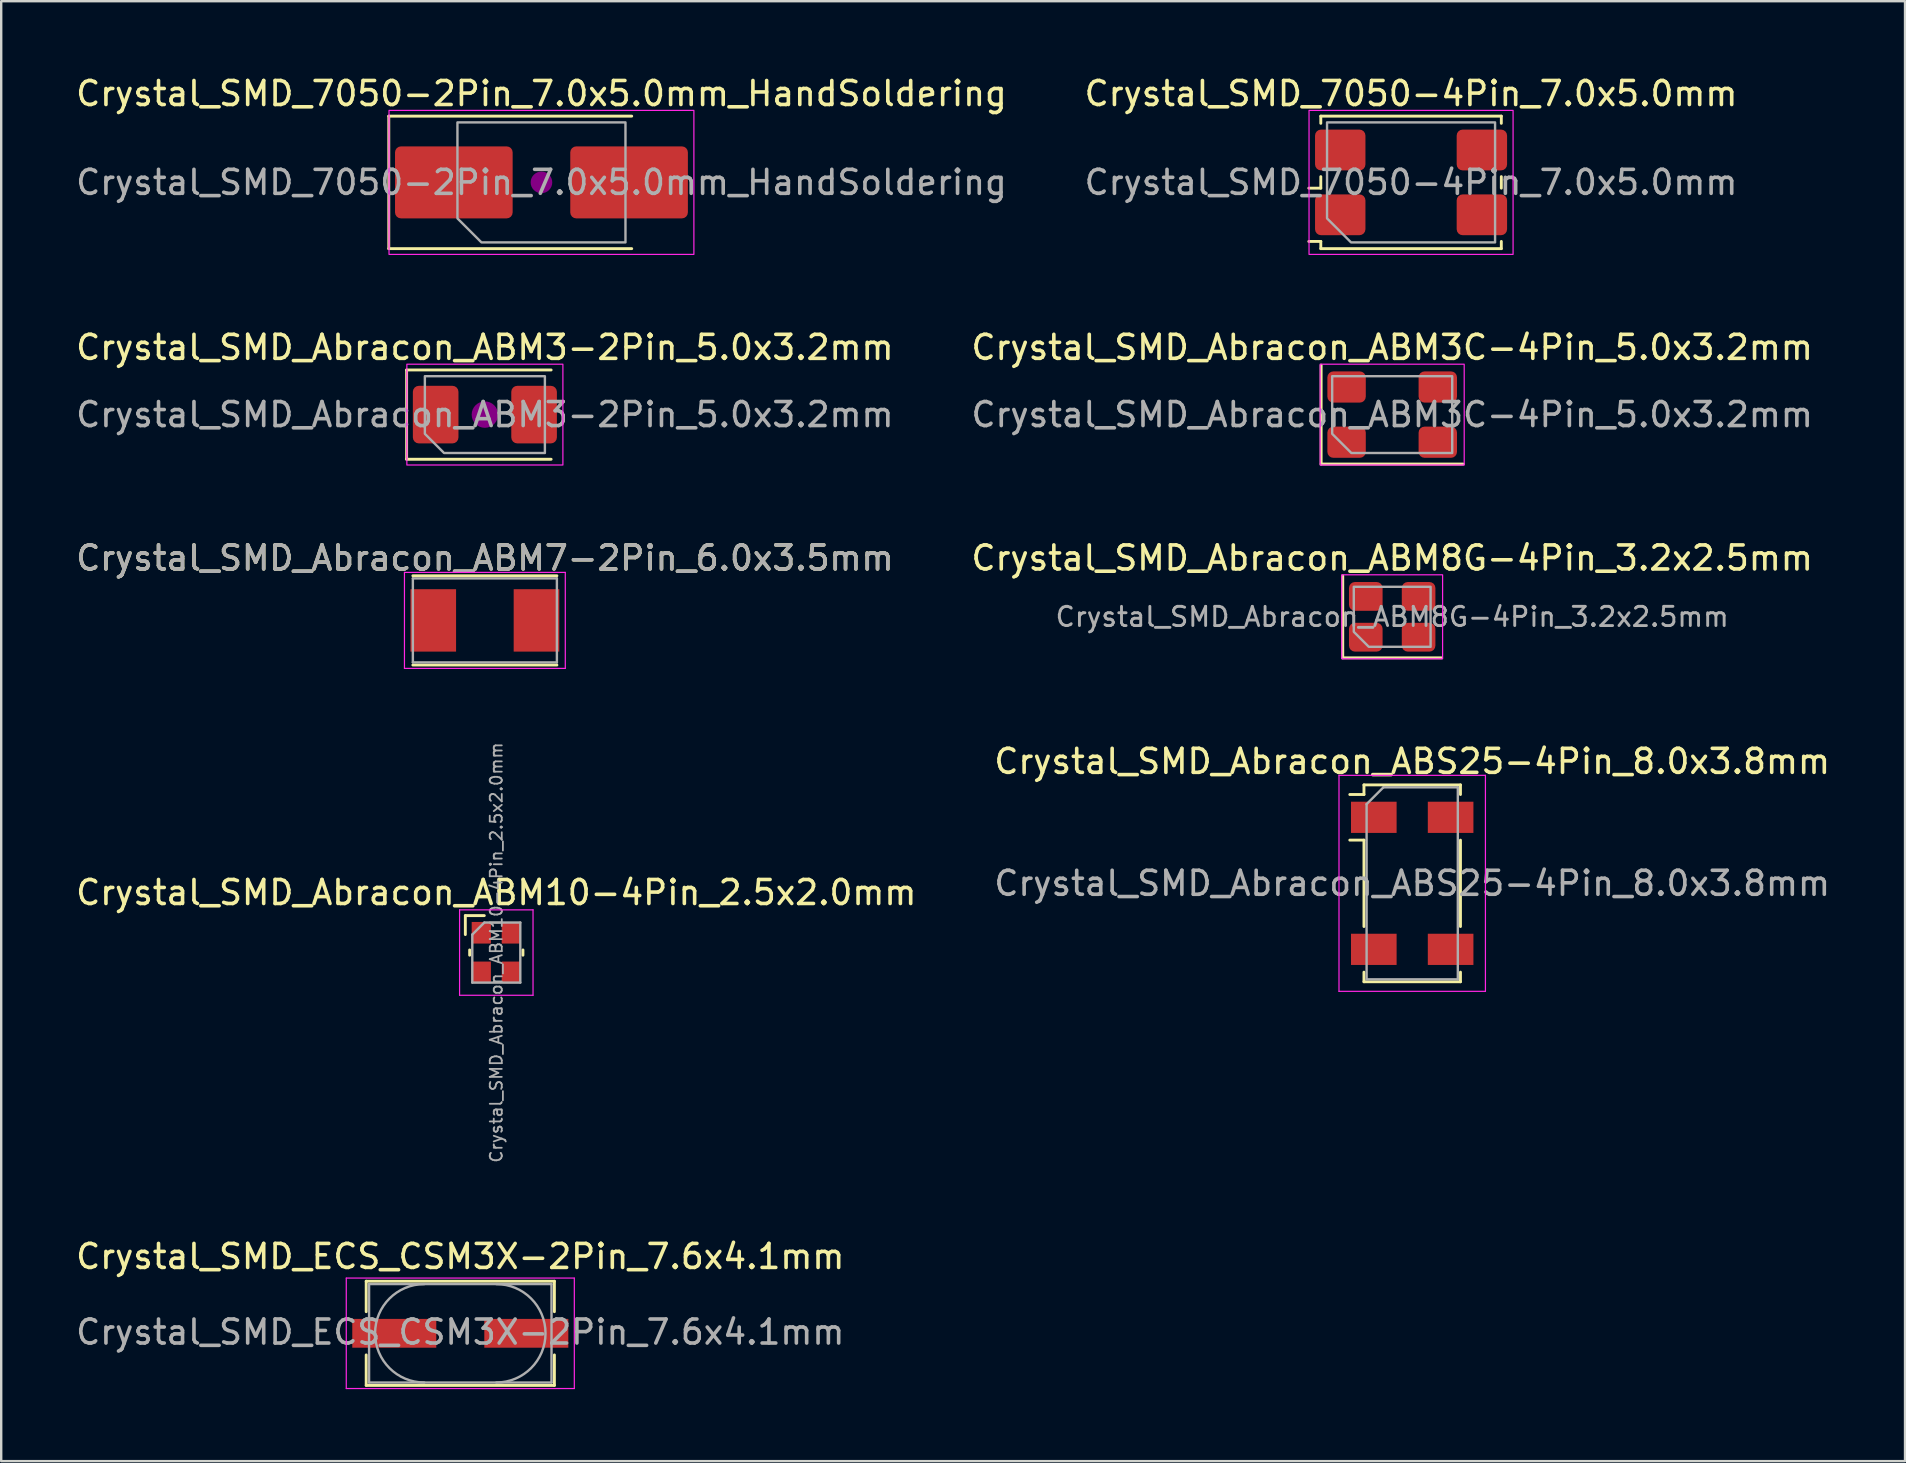
<source format=kicad_pcb>
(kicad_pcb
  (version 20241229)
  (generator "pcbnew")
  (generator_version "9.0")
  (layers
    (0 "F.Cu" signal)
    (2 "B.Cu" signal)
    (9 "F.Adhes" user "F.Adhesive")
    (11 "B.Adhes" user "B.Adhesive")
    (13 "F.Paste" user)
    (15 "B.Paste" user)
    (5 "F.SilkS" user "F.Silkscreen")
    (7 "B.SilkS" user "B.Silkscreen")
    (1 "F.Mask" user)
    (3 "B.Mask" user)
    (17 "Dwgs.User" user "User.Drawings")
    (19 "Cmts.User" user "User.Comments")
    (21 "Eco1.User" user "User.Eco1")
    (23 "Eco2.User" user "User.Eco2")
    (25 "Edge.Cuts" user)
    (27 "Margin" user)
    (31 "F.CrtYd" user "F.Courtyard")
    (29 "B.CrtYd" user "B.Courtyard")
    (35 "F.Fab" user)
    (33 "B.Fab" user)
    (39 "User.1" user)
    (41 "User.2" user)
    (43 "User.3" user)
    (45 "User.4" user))
  (footprint "Crystal_SMD_Abracon_ABM3C-4Pin_5.0x3.2mm"
    (layer "F.Cu")
    (at 54.946 14.222)
    (property "Reference" "Crystal_SMD_Abracon_ABM3C-4Pin_5.0x3.2mm" (at 0 -2.8 0) (layer "F.SilkS") (effects (font (size 1 1) (thickness 0.15))))
    (attr smd)
    (fp_line (start -2.96 -2.06) (end -2.96 2.06) (stroke (width 0.12) (type solid)) (layer "F.SilkS"))
    (fp_line (start -2.96 2.06) (end 2.96 2.06) (stroke (width 0.12) (type solid)) (layer "F.SilkS"))
    (fp_rect (start -3 -2.1) (end 3 2.1) (stroke (width 0.05) (type solid)) (fill no) (layer "F.CrtYd"))
    (fp_poly (pts (xy -2.5 -1.6) (xy -2.5 0.8) (xy -1.7 1.6) (xy 2.5 1.6) (xy 2.5 -1.6)) (stroke (width 0.1) (type solid)) (fill no) (layer "F.Fab"))
    (fp_text user "${REFERENCE}" (at 0 0 0) (layer "F.Fab") (effects (font (size 1 1) (thickness 0.15))))
    (pad "1" smd roundrect (at -1.9 1.15) (size 1.6 1.3) (layers "F.Cu" "F.Mask" "F.Paste") (roundrect_rratio 0.192))
    (pad "2" smd roundrect (at 1.9 1.15) (size 1.6 1.3) (layers "F.Cu" "F.Mask" "F.Paste") (roundrect_rratio 0.192))
    (pad "3" smd roundrect (at 1.9 -1.15) (size 1.6 1.3) (layers "F.Cu" "F.Mask" "F.Paste") (roundrect_rratio 0.192))
    (pad "4" smd roundrect (at -1.9 -1.15) (size 1.6 1.3) (layers "F.Cu" "F.Mask" "F.Paste") (roundrect_rratio 0.192)))
  (footprint "Crystal_SMD_Abracon_ABM8G-4Pin_3.2x2.5mm"
    (layer "F.Cu")
    (at 54.946 22.645)
    (property "Reference" "Crystal_SMD_Abracon_ABM8G-4Pin_3.2x2.5mm" (at 0 -2.45 0) (layer "F.SilkS") (effects (font (size 1 1) (thickness 0.15))))
    (attr smd)
    (fp_line (start -2.06 -1.71) (end -2.06 1.71) (stroke (width 0.12) (type solid)) (layer "F.SilkS"))
    (fp_line (start -2.06 1.71) (end 2.06 1.71) (stroke (width 0.12) (type solid)) (layer "F.SilkS"))
    (fp_rect (start -2.1 -1.75) (end 2.1 1.75) (stroke (width 0.05) (type solid)) (fill no) (layer "F.CrtYd"))
    (fp_poly (pts (xy -1.6 -1.25) (xy -1.6 0.625) (xy -0.975 1.25) (xy 1.6 1.25) (xy 1.6 -1.25)) (stroke (width 0.1) (type solid)) (fill no) (layer "F.Fab"))
    (fp_text user "${REFERENCE}" (at 0 0 0) (layer "F.Fab") (effects (font (size 0.8 0.8) (thickness 0.12))))
    (pad "1" smd roundrect (at -1.1 0.85) (size 1.4 1.2) (layers "F.Cu" "F.Mask" "F.Paste") (roundrect_rratio 0.208))
    (pad "2" smd roundrect (at 1.1 0.85) (size 1.4 1.2) (layers "F.Cu" "F.Mask" "F.Paste") (roundrect_rratio 0.208))
    (pad "3" smd roundrect (at 1.1 -0.85) (size 1.4 1.2) (layers "F.Cu" "F.Mask" "F.Paste") (roundrect_rratio 0.208))
    (pad "4" smd roundrect (at -1.1 -0.85) (size 1.4 1.2) (layers "F.Cu" "F.Mask" "F.Paste") (roundrect_rratio 0.208)))
  (footprint "Crystal_SMD_Abracon_ABM7-2Pin_6.0x3.5mm"
    (layer "F.Cu")
    (at 17.149 22.795)
    (property "Reference" "Crystal_SMD_Abracon_ABM7-2Pin_6.0x3.5mm" (at 0 -2.6 0) (layer "F.SilkS") (effects (font (size 1 1) (thickness 0.15))))
    (attr smd)
    (fp_line (start -3 -1.86) (end 3 -1.86) (stroke (width 0.12) (type solid)) (layer "F.SilkS"))
    (fp_line (start -3 1.86) (end 3 1.86) (stroke (width 0.12) (type solid)) (layer "F.SilkS"))
    (fp_line (start -3.35 -2) (end -3.35 2) (stroke (width 0.05) (type solid)) (layer "F.CrtYd"))
    (fp_line (start -3.35 -2) (end 3.35 -2) (stroke (width 0.05) (type solid)) (layer "F.CrtYd"))
    (fp_line (start 3.35 2) (end -3.35 2) (stroke (width 0.05) (type solid)) (layer "F.CrtYd"))
    (fp_line (start 3.35 2) (end 3.35 -2) (stroke (width 0.05) (type solid)) (layer "F.CrtYd"))
    (fp_line (start -3 -1.75) (end -3 1.75) (stroke (width 0.1) (type solid)) (layer "F.Fab"))
    (fp_line (start -3 -1.75) (end 3 -1.75) (stroke (width 0.1) (type solid)) (layer "F.Fab"))
    (fp_line (start -3 1.75) (end 3 1.75) (stroke (width 0.1) (type solid)) (layer "F.Fab"))
    (fp_line (start 3 -1.75) (end 3 1.75) (stroke (width 0.1) (type solid)) (layer "F.Fab"))
    (fp_text user "${REFERENCE}" (at 0 -2.6 0) (layer "F.Fab") (effects (font (size 1 1) (thickness 0.15))))
    (pad "1" smd rect (at -2.15 0) (size 1.9 2.6) (layers "F.Cu" "F.Mask" "F.Paste"))
    (pad "2" smd rect (at 2.15 0) (size 1.9 2.6) (layers "F.Cu" "F.Mask" "F.Paste")))
  (footprint "Crystal_SMD_7050-2Pin_7.0x5.0mm_HandSoldering"
    (layer "F.Cu")
    (at 19.506 4.548)
    (property "Reference" "Crystal_SMD_7050-2Pin_7.0x5.0mm_HandSoldering" (at 0 -3.7 0) (layer "F.SilkS") (effects (font (size 1 1) (thickness 0.15))))
    (attr smd)
    (fp_line (start -6.36 -2.76) (end -6.36 2.76) (stroke (width 0.12) (type solid)) (layer "F.SilkS"))
    (fp_line (start -6.36 2.76) (end 3.76 2.76) (stroke (width 0.12) (type solid)) (layer "F.SilkS"))
    (fp_line (start 3.76 -2.76) (end -6.36 -2.76) (stroke (width 0.12) (type solid)) (layer "F.SilkS"))
    (fp_circle (center 0 0) (end 0.4 0) (stroke (width 0.1) (type solid)) (fill yes) (layer "F.Adhes"))
    (fp_rect (start -6.35 -3) (end 6.35 3) (stroke (width 0.05) (type solid)) (fill no) (layer "F.CrtYd"))
    (fp_poly (pts (xy -3.5 -2.5) (xy -3.5 1.5) (xy -2.5 2.5) (xy 3.5 2.5) (xy 3.5 -2.5)) (stroke (width 0.1) (type solid)) (fill no) (layer "F.Fab"))
    (fp_text user "${REFERENCE}" (at 0 0 0) (layer "F.Fab") (effects (font (size 1 1) (thickness 0.15))))
    (pad "1" smd roundrect (at -3.65 0) (size 4.9 3) (layers "F.Cu" "F.Mask" "F.Paste") (roundrect_rratio 0.083))
    (pad "2" smd roundrect (at 3.65 0) (size 4.9 3) (layers "F.Cu" "F.Mask" "F.Paste") (roundrect_rratio 0.083)))
  (footprint "Crystal_SMD_ECS_CSM3X-2Pin_7.6x4.1mm"
    (layer "F.Cu")
    (at 16.125 52.493)
    (property "Reference" "Crystal_SMD_ECS_CSM3X-2Pin_7.6x4.1mm" (at 0 -3.2 0) (layer "F.SilkS") (effects (font (size 1 1) (thickness 0.15))))
    (attr smd)
    (fp_line (start -3.92 -2.17) (end -3.92 -0.9) (stroke (width 0.12) (type solid)) (layer "F.SilkS"))
    (fp_line (start -3.92 -2.17) (end 3.92 -2.17) (stroke (width 0.12) (type solid)) (layer "F.SilkS"))
    (fp_line (start -3.92 2.17) (end -3.92 0.9) (stroke (width 0.12) (type solid)) (layer "F.SilkS"))
    (fp_line (start -3.92 2.17) (end 3.92 2.17) (stroke (width 0.12) (type solid)) (layer "F.SilkS"))
    (fp_line (start 3.92 -2.17) (end 3.92 -0.9) (stroke (width 0.12) (type solid)) (layer "F.SilkS"))
    (fp_line (start 3.92 2.17) (end 3.92 0.9) (stroke (width 0.12) (type solid)) (layer "F.SilkS"))
    (fp_line (start -4.75 -2.3) (end -4.75 2.3) (stroke (width 0.05) (type solid)) (layer "F.CrtYd"))
    (fp_line (start -4.75 -2.3) (end 4.75 -2.3) (stroke (width 0.05) (type solid)) (layer "F.CrtYd"))
    (fp_line (start -4.75 2.3) (end 4.75 2.3) (stroke (width 0.05) (type solid)) (layer "F.CrtYd"))
    (fp_line (start 4.75 -2.3) (end 4.75 2.3) (stroke (width 0.05) (type solid)) (layer "F.CrtYd"))
    (fp_line (start -3.8 -2.05) (end 3.8 -2.05) (stroke (width 0.1) (type solid)) (layer "F.Fab"))
    (fp_line (start -3.8 2.05) (end -3.8 -2.05) (stroke (width 0.1) (type solid)) (layer "F.Fab"))
    (fp_line (start 3.8 -2.05) (end 3.8 2.05) (stroke (width 0.1) (type solid)) (layer "F.Fab"))
    (fp_line (start 3.8 2.05) (end -3.8 2.05) (stroke (width 0.1) (type solid)) (layer "F.Fab"))
    (fp_arc (start -1.5 2.05) (mid -3.55 0) (end -1.5 -2.05) (stroke (width 0.1) (type solid)) (layer "F.Fab"))
    (fp_arc (start 1.5 -2.05) (mid 3.55 0) (end 1.5 2.05) (stroke (width 0.1) (type solid)) (layer "F.Fab"))
    (fp_text user "${REFERENCE}" (at 0 -0.05 0) (layer "F.Fab") (effects (font (size 1 1) (thickness 0.15))))
    (pad "1" smd rect (at -2.75 0) (size 3.5 1.2) (layers "F.Cu" "F.Mask" "F.Paste"))
    (pad "2" smd rect (at 2.75 0) (size 3.5 1.2) (layers "F.Cu" "F.Mask" "F.Paste")))
  (footprint "Crystal_SMD_7050-4Pin_7.0x5.0mm"
    (layer "F.Cu")
    (at 55.732 4.548)
    (property "Reference" "Crystal_SMD_7050-4Pin_7.0x5.0mm" (at 0 -3.7 0) (layer "F.SilkS") (effects (font (size 1 1) (thickness 0.15))))
    (attr smd)
    (fp_line (start -4.26 0.24) (end -3.76 0.24) (stroke (width 0.12) (type solid)) (layer "F.SilkS"))
    (fp_line (start -4.26 2.46) (end -3.76 2.46) (stroke (width 0.12) (type solid)) (layer "F.SilkS"))
    (fp_line (start -3.76 -2.76) (end 3.76 -2.76) (stroke (width 0.12) (type solid)) (layer "F.SilkS"))
    (fp_line (start -3.76 -2.46) (end -3.76 -2.76) (stroke (width 0.12) (type solid)) (layer "F.SilkS"))
    (fp_line (start -3.76 0.24) (end -3.76 -0.24) (stroke (width 0.12) (type solid)) (layer "F.SilkS"))
    (fp_line (start -3.76 2.46) (end -3.76 2.76) (stroke (width 0.12) (type solid)) (layer "F.SilkS"))
    (fp_line (start -3.76 2.76) (end 3.76 2.76) (stroke (width 0.12) (type solid)) (layer "F.SilkS"))
    (fp_line (start 3.76 -2.76) (end 3.76 -2.46) (stroke (width 0.12) (type solid)) (layer "F.SilkS"))
    (fp_line (start 3.76 -0.24) (end 3.76 0.24) (stroke (width 0.12) (type solid)) (layer "F.SilkS"))
    (fp_line (start 3.76 2.76) (end 3.76 2.46) (stroke (width 0.12) (type solid)) (layer "F.SilkS"))
    (fp_rect (start -4.25 -3) (end 4.25 3) (stroke (width 0.05) (type solid)) (fill no) (layer "F.CrtYd"))
    (fp_poly (pts (xy -3.5 -2.5) (xy -3.5 1.5) (xy -2.5 2.5) (xy 3.5 2.5) (xy 3.5 -2.5)) (stroke (width 0.1) (type solid)) (fill no) (layer "F.Fab"))
    (fp_text user "${REFERENCE}" (at 0 0 0) (layer "F.Fab") (effects (font (size 1 1) (thickness 0.15))))
    (pad "1" smd roundrect (at -2.95 1.35) (size 2.1 1.7) (layers "F.Cu" "F.Mask" "F.Paste") (roundrect_rratio 0.147))
    (pad "2" smd roundrect (at 2.95 1.35) (size 2.1 1.7) (layers "F.Cu" "F.Mask" "F.Paste") (roundrect_rratio 0.147))
    (pad "3" smd roundrect (at 2.95 -1.35) (size 2.1 1.7) (layers "F.Cu" "F.Mask" "F.Paste") (roundrect_rratio 0.147))
    (pad "4" smd roundrect (at -2.95 -1.35) (size 2.1 1.7) (layers "F.Cu" "F.Mask" "F.Paste") (roundrect_rratio 0.147)))
  (footprint "Crystal_SMD_Abracon_ABM3-2Pin_5.0x3.2mm"
    (layer "F.Cu")
    (at 17.149 14.222)
    (property "Reference" "Crystal_SMD_Abracon_ABM3-2Pin_5.0x3.2mm" (at 0 -2.8 0) (layer "F.SilkS") (effects (font (size 1 1) (thickness 0.15))))
    (attr smd)
    (fp_line (start -3.26 -1.86) (end -3.26 1.86) (stroke (width 0.12) (type solid)) (layer "F.SilkS"))
    (fp_line (start -3.26 1.86) (end 2.76 1.86) (stroke (width 0.12) (type solid)) (layer "F.SilkS"))
    (fp_line (start 2.76 -1.86) (end -3.26 -1.86) (stroke (width 0.12) (type solid)) (layer "F.SilkS"))
    (fp_circle (center 0 0) (end 0.5 0) (stroke (width 0.1) (type solid)) (fill yes) (layer "F.Adhes"))
    (fp_rect (start -3.25 -2.1) (end 3.25 2.1) (stroke (width 0.05) (type solid)) (fill no) (layer "F.CrtYd"))
    (fp_poly (pts (xy -2.5 -1.6) (xy -2.5 0.8) (xy -1.7 1.6) (xy 2.5 1.6) (xy 2.5 -1.6)) (stroke (width 0.1) (type solid)) (fill no) (layer "F.Fab"))
    (fp_text user "${REFERENCE}" (at 0 0 0) (layer "F.Fab") (effects (font (size 1 1) (thickness 0.15))))
    (pad "1" smd roundrect (at -2.05 0) (size 1.9 2.4) (layers "F.Cu" "F.Mask" "F.Paste") (roundrect_rratio 0.132))
    (pad "2" smd roundrect (at 2.05 0) (size 1.9 2.4) (layers "F.Cu" "F.Mask" "F.Paste") (roundrect_rratio 0.132)))
  (footprint "Crystal_SMD_Abracon_ABS25-4Pin_8.0x3.8mm"
    (layer "F.Cu")
    (at 55.78 33.748)
    (property "Reference" "Crystal_SMD_Abracon_ABS25-4Pin_8.0x3.8mm" (at 0 -5.08 0) (layer "F.SilkS") (effects (font (size 1 1) (thickness 0.15))))
    (attr smd)
    (fp_line (start -2.6 -3.7) (end -2.01 -3.7) (stroke (width 0.12) (type solid)) (layer "F.SilkS"))
    (fp_line (start -2.01 -4.1) (end -2.01 -3.7) (stroke (width 0.12) (type solid)) (layer "F.SilkS"))
    (fp_line (start -2.01 -1.8) (end -2.6 -1.8) (stroke (width 0.12) (type solid)) (layer "F.SilkS"))
    (fp_line (start -2.01 -1.8) (end -2.01 1.8) (stroke (width 0.12) (type solid)) (layer "F.SilkS"))
    (fp_line (start -2.01 4.1) (end -2.01 3.7) (stroke (width 0.12) (type solid)) (layer "F.SilkS"))
    (fp_line (start 2.01 -4.1) (end -2.01 -4.1) (stroke (width 0.12) (type solid)) (layer "F.SilkS"))
    (fp_line (start 2.01 -4.1) (end 2.01 -3.7) (stroke (width 0.12) (type solid)) (layer "F.SilkS"))
    (fp_line (start 2.01 -1.8) (end 2.01 1.8) (stroke (width 0.12) (type solid)) (layer "F.SilkS"))
    (fp_line (start 2.01 4.1) (end -2.01 4.1) (stroke (width 0.12) (type solid)) (layer "F.SilkS"))
    (fp_line (start 2.01 4.1) (end 2.01 3.7) (stroke (width 0.12) (type solid)) (layer "F.SilkS"))
    (fp_line (start -3.05 -4.5) (end -3.05 4.5) (stroke (width 0.05) (type solid)) (layer "F.CrtYd"))
    (fp_line (start -3.05 4.5) (end 3.05 4.5) (stroke (width 0.05) (type solid)) (layer "F.CrtYd"))
    (fp_line (start 3.05 -4.5) (end -3.05 -4.5) (stroke (width 0.05) (type solid)) (layer "F.CrtYd"))
    (fp_line (start 3.05 4.5) (end 3.05 -4.5) (stroke (width 0.05) (type solid)) (layer "F.CrtYd"))
    (fp_line (start -1.9 -3.3) (end -1.2 -4) (stroke (width 0.1) (type solid)) (layer "F.Fab"))
    (fp_line (start -1.9 4) (end -1.9 -3.3) (stroke (width 0.1) (type solid)) (layer "F.Fab"))
    (fp_line (start -1.2 -4) (end 1.9 -4) (stroke (width 0.1) (type solid)) (layer "F.Fab"))
    (fp_line (start 1.9 -4) (end 1.9 4) (stroke (width 0.1) (type solid)) (layer "F.Fab"))
    (fp_line (start 1.9 4) (end -1.9 4) (stroke (width 0.1) (type solid)) (layer "F.Fab"))
    (fp_text user "${REFERENCE}" (at 0 0 0) (layer "F.Fab") (effects (font (size 1 1) (thickness 0.15))))
    (pad "1" smd rect (at -1.6 -2.75 270) (size 1.3 1.9) (layers "F.Cu" "F.Mask" "F.Paste"))
    (pad "2" smd rect (at -1.6 2.75 270) (size 1.3 1.9) (layers "F.Cu" "F.Mask" "F.Paste"))
    (pad "3" smd rect (at 1.6 2.75 270) (size 1.3 1.9) (layers "F.Cu" "F.Mask" "F.Paste"))
    (pad "4" smd rect (at 1.6 -2.75 270) (size 1.3 1.9) (layers "F.Cu" "F.Mask" "F.Paste")))
  (footprint "Crystal_SMD_Abracon_ABM10-4Pin_2.5x2.0mm"
    (layer "F.Cu")
    (at 17.625 36.632)
    (property "Reference" "Crystal_SMD_Abracon_ABM10-4Pin_2.5x2.0mm" (at 0 -2.5 0) (layer "F.SilkS") (effects (font (size 1 1) (thickness 0.15))))
    (attr smd)
    (fp_line (start -1.29 -0.75) (end -1.29 -1.54) (stroke (width 0.12) (type solid)) (layer "F.SilkS"))
    (fp_line (start -1.11 -0.11) (end -1.11 0.11) (stroke (width 0.12) (type solid)) (layer "F.SilkS"))
    (fp_line (start -0.5 -1.54) (end -1.29 -1.54) (stroke (width 0.12) (type solid)) (layer "F.SilkS"))
    (fp_line (start 1.11 -0.11) (end 1.11 0.11) (stroke (width 0.12) (type solid)) (layer "F.SilkS"))
    (fp_line (start -1.53 -1.78) (end -1.53 1.78) (stroke (width 0.05) (type solid)) (layer "F.CrtYd"))
    (fp_line (start -1.53 1.78) (end 1.53 1.78) (stroke (width 0.05) (type solid)) (layer "F.CrtYd"))
    (fp_line (start 1.53 -1.78) (end -1.53 -1.78) (stroke (width 0.05) (type solid)) (layer "F.CrtYd"))
    (fp_line (start 1.53 -1.78) (end 1.53 1.78) (stroke (width 0.05) (type solid)) (layer "F.CrtYd"))
    (fp_line (start -1 -0.75) (end -1 1.25) (stroke (width 0.1) (type solid)) (layer "F.Fab"))
    (fp_line (start -1 1.25) (end 1 1.25) (stroke (width 0.1) (type solid)) (layer "F.Fab"))
    (fp_line (start -0.5 -1.25) (end -1 -0.75) (stroke (width 0.1) (type solid)) (layer "F.Fab"))
    (fp_line (start -0.5 -1.25) (end 1 -1.25) (stroke (width 0.1) (type solid)) (layer "F.Fab"))
    (fp_line (start 1 -1.25) (end 1 1.25) (stroke (width 0.1) (type solid)) (layer "F.Fab"))
    (fp_text user "${REFERENCE}" (at 0 0 90) (layer "F.Fab") (effects (font (size 0.5 0.5) (thickness 0.075))))
    (pad "1" smd rect (at -0.625 -0.825) (size 0.8 0.9) (layers "F.Cu" "F.Mask" "F.Paste"))
    (pad "2" smd rect (at -0.625 0.825) (size 0.8 0.9) (layers "F.Cu" "F.Mask" "F.Paste"))
    (pad "3" smd rect (at 0.625 0.825) (size 0.8 0.9) (layers "F.Cu" "F.Mask" "F.Paste"))
    (pad "4" smd rect (at 0.625 -0.825) (size 0.8 0.9) (layers "F.Cu" "F.Mask" "F.Paste")))
  (gr_rect
    (start -3 -3)
    (end 76.31 57.818)
    (stroke (width 0.1) (type default))
    (fill no)
    (layer "Edge.Cuts")))
</source>
